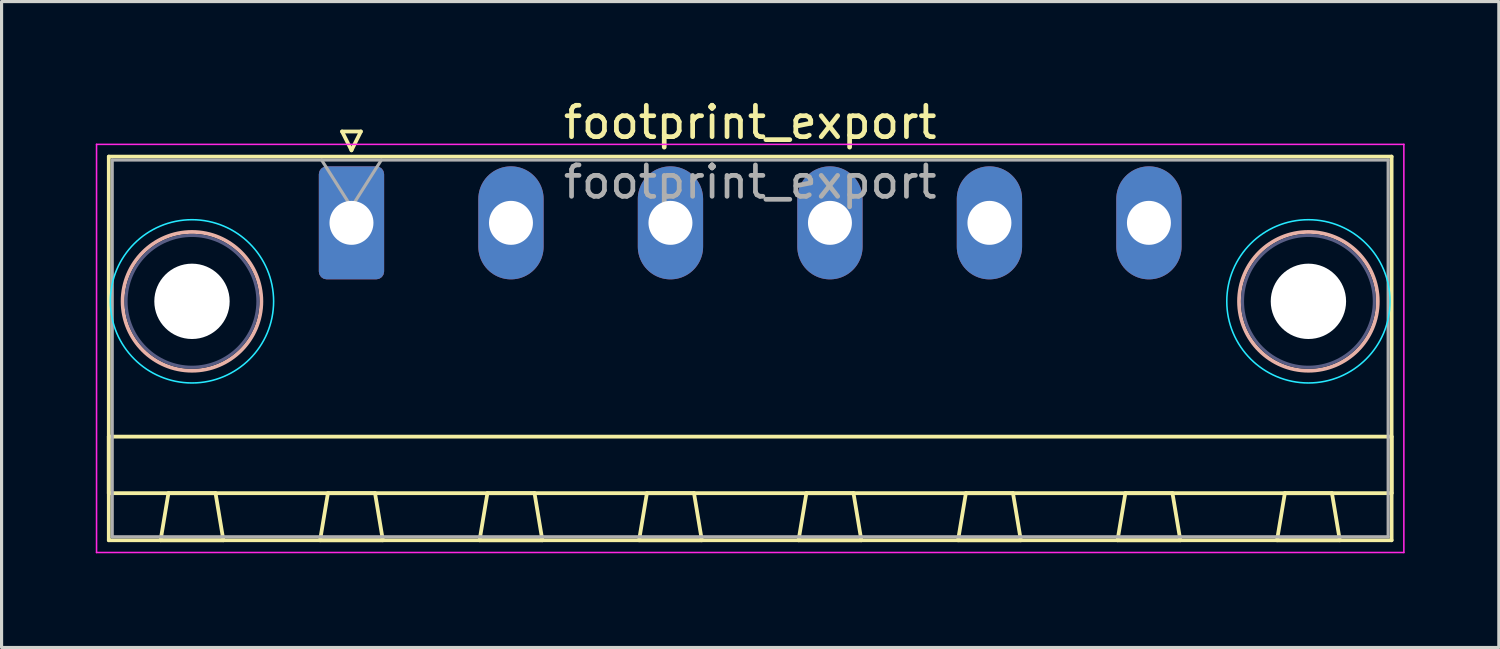
<source format=kicad_pcb>
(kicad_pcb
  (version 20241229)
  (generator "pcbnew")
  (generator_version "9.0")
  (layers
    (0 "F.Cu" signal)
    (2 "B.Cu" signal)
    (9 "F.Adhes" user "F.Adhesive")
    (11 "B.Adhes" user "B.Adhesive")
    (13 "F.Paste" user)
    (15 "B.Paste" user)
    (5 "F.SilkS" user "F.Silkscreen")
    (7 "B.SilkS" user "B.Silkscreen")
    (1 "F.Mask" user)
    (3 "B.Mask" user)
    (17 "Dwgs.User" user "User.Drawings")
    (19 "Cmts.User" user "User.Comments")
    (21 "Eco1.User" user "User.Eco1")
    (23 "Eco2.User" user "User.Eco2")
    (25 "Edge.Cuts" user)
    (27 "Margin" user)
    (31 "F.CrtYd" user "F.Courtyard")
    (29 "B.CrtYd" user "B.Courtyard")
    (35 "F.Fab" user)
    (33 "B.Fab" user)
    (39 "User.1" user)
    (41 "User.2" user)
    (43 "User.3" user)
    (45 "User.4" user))
  (footprint "footprint_export"
    (layer "F.Cu")
    (at 8.145 4.048)
    (property "Reference" "footprint_export" (at 12.7 -3.2 0) (layer "F.SilkS") (effects (font (size 1 1) (thickness 0.15))))
    (attr through_hole)
    (fp_line (start -7.73 -2.11) (end -7.73 10.11) (stroke (width 0.12) (type solid)) (layer "F.SilkS"))
    (fp_line (start -7.73 6.81) (end 33.13 6.81) (stroke (width 0.12) (type solid)) (layer "F.SilkS"))
    (fp_line (start -7.73 8.61) (end -7.73 6.81) (stroke (width 0.12) (type solid)) (layer "F.SilkS"))
    (fp_line (start -7.73 10.11) (end 33.13 10.11) (stroke (width 0.12) (type solid)) (layer "F.SilkS"))
    (fp_line (start -6.08 10.11) (end -4.08 10.11) (stroke (width 0.12) (type solid)) (layer "F.SilkS"))
    (fp_line (start -5.83 8.61) (end -6.08 10.11) (stroke (width 0.12) (type solid)) (layer "F.SilkS"))
    (fp_line (start -4.33 8.61) (end -5.83 8.61) (stroke (width 0.12) (type solid)) (layer "F.SilkS"))
    (fp_line (start -4.08 10.11) (end -4.33 8.61) (stroke (width 0.12) (type solid)) (layer "F.SilkS"))
    (fp_line (start -1 10.11) (end 1 10.11) (stroke (width 0.12) (type solid)) (layer "F.SilkS"))
    (fp_line (start -0.75 8.61) (end -1 10.11) (stroke (width 0.12) (type solid)) (layer "F.SilkS"))
    (fp_line (start -0.3 -2.91) (end 0.3 -2.91) (stroke (width 0.12) (type solid)) (layer "F.SilkS"))
    (fp_line (start 0 -2.31) (end -0.3 -2.91) (stroke (width 0.12) (type solid)) (layer "F.SilkS"))
    (fp_line (start 0.3 -2.91) (end 0 -2.31) (stroke (width 0.12) (type solid)) (layer "F.SilkS"))
    (fp_line (start 0.75 8.61) (end -0.75 8.61) (stroke (width 0.12) (type solid)) (layer "F.SilkS"))
    (fp_line (start 1 10.11) (end 0.75 8.61) (stroke (width 0.12) (type solid)) (layer "F.SilkS"))
    (fp_line (start 4.08 10.11) (end 6.08 10.11) (stroke (width 0.12) (type solid)) (layer "F.SilkS"))
    (fp_line (start 4.33 8.61) (end 4.08 10.11) (stroke (width 0.12) (type solid)) (layer "F.SilkS"))
    (fp_line (start 5.83 8.61) (end 4.33 8.61) (stroke (width 0.12) (type solid)) (layer "F.SilkS"))
    (fp_line (start 6.08 10.11) (end 5.83 8.61) (stroke (width 0.12) (type solid)) (layer "F.SilkS"))
    (fp_line (start 9.16 10.11) (end 11.16 10.11) (stroke (width 0.12) (type solid)) (layer "F.SilkS"))
    (fp_line (start 9.41 8.61) (end 9.16 10.11) (stroke (width 0.12) (type solid)) (layer "F.SilkS"))
    (fp_line (start 10.91 8.61) (end 9.41 8.61) (stroke (width 0.12) (type solid)) (layer "F.SilkS"))
    (fp_line (start 11.16 10.11) (end 10.91 8.61) (stroke (width 0.12) (type solid)) (layer "F.SilkS"))
    (fp_line (start 14.24 10.11) (end 16.24 10.11) (stroke (width 0.12) (type solid)) (layer "F.SilkS"))
    (fp_line (start 14.49 8.61) (end 14.24 10.11) (stroke (width 0.12) (type solid)) (layer "F.SilkS"))
    (fp_line (start 15.99 8.61) (end 14.49 8.61) (stroke (width 0.12) (type solid)) (layer "F.SilkS"))
    (fp_line (start 16.24 10.11) (end 15.99 8.61) (stroke (width 0.12) (type solid)) (layer "F.SilkS"))
    (fp_line (start 19.32 10.11) (end 21.32 10.11) (stroke (width 0.12) (type solid)) (layer "F.SilkS"))
    (fp_line (start 19.57 8.61) (end 19.32 10.11) (stroke (width 0.12) (type solid)) (layer "F.SilkS"))
    (fp_line (start 21.07 8.61) (end 19.57 8.61) (stroke (width 0.12) (type solid)) (layer "F.SilkS"))
    (fp_line (start 21.32 10.11) (end 21.07 8.61) (stroke (width 0.12) (type solid)) (layer "F.SilkS"))
    (fp_line (start 24.4 10.11) (end 26.4 10.11) (stroke (width 0.12) (type solid)) (layer "F.SilkS"))
    (fp_line (start 24.65 8.61) (end 24.4 10.11) (stroke (width 0.12) (type solid)) (layer "F.SilkS"))
    (fp_line (start 26.15 8.61) (end 24.65 8.61) (stroke (width 0.12) (type solid)) (layer "F.SilkS"))
    (fp_line (start 26.4 10.11) (end 26.15 8.61) (stroke (width 0.12) (type solid)) (layer "F.SilkS"))
    (fp_line (start 29.48 10.11) (end 31.48 10.11) (stroke (width 0.12) (type solid)) (layer "F.SilkS"))
    (fp_line (start 29.73 8.61) (end 29.48 10.11) (stroke (width 0.12) (type solid)) (layer "F.SilkS"))
    (fp_line (start 31.23 8.61) (end 29.73 8.61) (stroke (width 0.12) (type solid)) (layer "F.SilkS"))
    (fp_line (start 31.48 10.11) (end 31.23 8.61) (stroke (width 0.12) (type solid)) (layer "F.SilkS"))
    (fp_line (start 33.13 -2.11) (end -7.73 -2.11) (stroke (width 0.12) (type solid)) (layer "F.SilkS"))
    (fp_line (start 33.13 6.81) (end 33.13 8.61) (stroke (width 0.12) (type solid)) (layer "F.SilkS"))
    (fp_line (start 33.13 8.61) (end -7.73 8.61) (stroke (width 0.12) (type solid)) (layer "F.SilkS"))
    (fp_line (start 33.13 10.11) (end 33.13 -2.11) (stroke (width 0.12) (type solid)) (layer "F.SilkS"))
    (fp_circle (center -5.08 2.5) (end -2.87 2.5) (stroke (width 0.12) (type solid)) (fill no) (layer "B.SilkS"))
    (fp_circle (center 30.48 2.5) (end 32.69 2.5) (stroke (width 0.12) (type solid)) (fill no) (layer "B.SilkS"))
    (fp_circle (center -5.08 2.5) (end -2.48 2.5) (stroke (width 0.05) (type solid)) (fill no) (layer "B.CrtYd"))
    (fp_circle (center 30.48 2.5) (end 33.08 2.5) (stroke (width 0.05) (type solid)) (fill no) (layer "B.CrtYd"))
    (fp_line (start -8.12 -2.5) (end -8.12 10.5) (stroke (width 0.05) (type solid)) (layer "F.CrtYd"))
    (fp_line (start -8.12 10.5) (end 33.52 10.5) (stroke (width 0.05) (type solid)) (layer "F.CrtYd"))
    (fp_line (start 33.52 -2.5) (end -8.12 -2.5) (stroke (width 0.05) (type solid)) (layer "F.CrtYd"))
    (fp_line (start 33.52 10.5) (end 33.52 -2.5) (stroke (width 0.05) (type solid)) (layer "F.CrtYd"))
    (fp_circle (center -5.08 2.5) (end -2.98 2.5) (stroke (width 0.1) (type solid)) (fill no) (layer "B.Fab"))
    (fp_circle (center 30.48 2.5) (end 32.58 2.5) (stroke (width 0.1) (type solid)) (fill no) (layer "B.Fab"))
    (fp_line (start -7.62 -2) (end -7.62 10) (stroke (width 0.1) (type solid)) (layer "F.Fab"))
    (fp_line (start -7.62 10) (end 33.02 10) (stroke (width 0.1) (type solid)) (layer "F.Fab"))
    (fp_line (start 0 -0.5) (end -0.95 -2) (stroke (width 0.1) (type solid)) (layer "F.Fab"))
    (fp_line (start 0.95 -2) (end 0 -0.5) (stroke (width 0.1) (type solid)) (layer "F.Fab"))
    (fp_line (start 33.02 -2) (end -7.62 -2) (stroke (width 0.1) (type solid)) (layer "F.Fab"))
    (fp_line (start 33.02 10) (end 33.02 -2) (stroke (width 0.1) (type solid)) (layer "F.Fab"))
    (fp_text user "${REFERENCE}" (at 12.7 -1.3 0) (layer "F.Fab") (effects (font (size 1 1) (thickness 0.15))))
    (pad "" np_thru_hole circle (at -5.08 2.5) (size 2.4 2.4) (drill 2.4) (layers "*.Cu" "*.Mask"))
    (pad "" np_thru_hole circle (at 30.48 2.5) (size 2.4 2.4) (drill 2.4) (layers "*.Cu" "*.Mask"))
    (pad "1" thru_hole roundrect (at 0 0) (size 2.08 3.6) (drill 1.4) (layers "*.Cu" "*.Mask") (roundrect_rratio 0.12))
    (pad "2" thru_hole oval (at 5.08 0) (size 2.08 3.6) (drill 1.4) (layers "*.Cu" "*.Mask"))
    (pad "3" thru_hole oval (at 10.16 0) (size 2.08 3.6) (drill 1.4) (layers "*.Cu" "*.Mask"))
    (pad "4" thru_hole oval (at 15.24 0) (size 2.08 3.6) (drill 1.4) (layers "*.Cu" "*.Mask"))
    (pad "5" thru_hole oval (at 20.32 0) (size 2.08 3.6) (drill 1.4) (layers "*.Cu" "*.Mask"))
    (pad "6" thru_hole oval (at 25.4 0) (size 2.08 3.6) (drill 1.4) (layers "*.Cu" "*.Mask")))
  (gr_rect
    (start -3 -3)
    (end 44.69 17.573)
    (stroke (width 0.1) (type default))
    (fill no)
    (layer "Edge.Cuts")))
</source>
